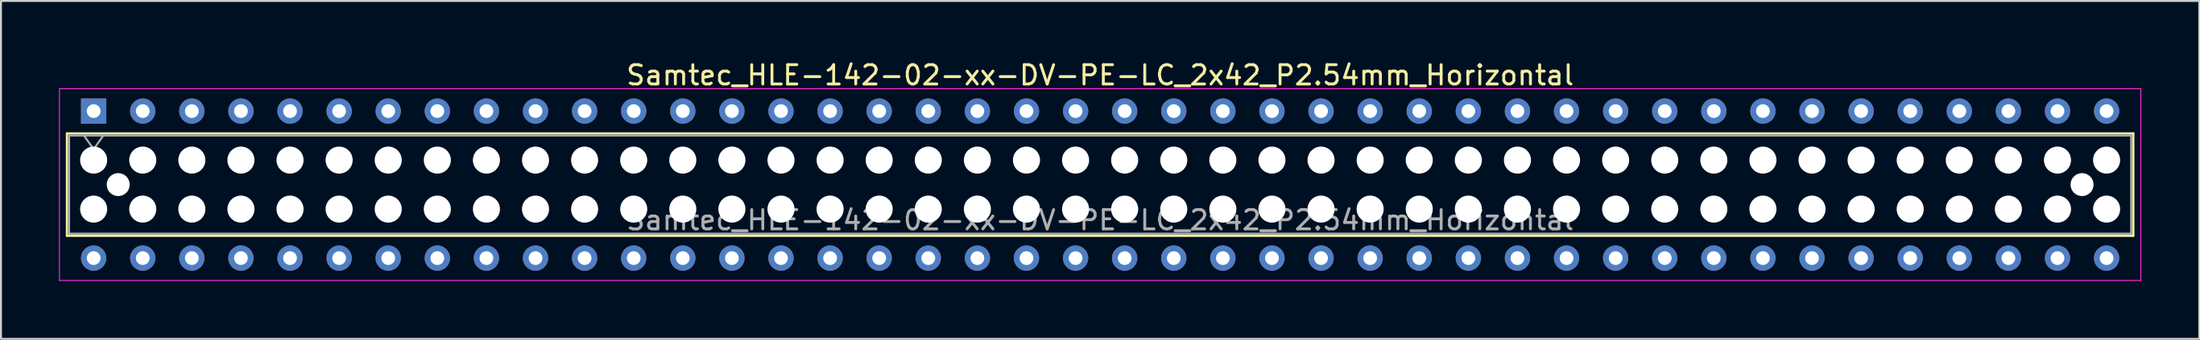
<source format=kicad_pcb>
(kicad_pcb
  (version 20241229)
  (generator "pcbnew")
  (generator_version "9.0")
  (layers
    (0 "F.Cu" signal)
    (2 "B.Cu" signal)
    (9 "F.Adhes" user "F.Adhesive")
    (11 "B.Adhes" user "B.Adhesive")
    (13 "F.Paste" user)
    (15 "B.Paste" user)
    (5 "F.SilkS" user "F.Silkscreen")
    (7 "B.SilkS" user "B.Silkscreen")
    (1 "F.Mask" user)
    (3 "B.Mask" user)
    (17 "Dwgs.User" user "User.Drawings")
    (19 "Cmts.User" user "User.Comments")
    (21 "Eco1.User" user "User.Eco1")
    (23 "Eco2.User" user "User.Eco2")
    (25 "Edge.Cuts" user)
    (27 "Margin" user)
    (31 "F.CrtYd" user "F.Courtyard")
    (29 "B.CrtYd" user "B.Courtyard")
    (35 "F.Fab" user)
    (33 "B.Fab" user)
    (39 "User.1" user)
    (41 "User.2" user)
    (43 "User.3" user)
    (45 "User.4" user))
  (footprint "Samtec_HLE-142-02-xx-DV-PE-LC_2x42_P2.54mm_Horizontal"
    (layer "F.Cu")
    (at 1.795 2.708)
    (property "Reference" "Samtec_HLE-142-02-xx-DV-PE-LC_2x42_P2.54mm_Horizontal" (at 52.07 -1.86 0) (layer "F.SilkS") (effects (font (size 1 1) (thickness 0.15))))
    (attr through_hole)
    (fp_line (start -1.38 1.16) (end 105.52 1.16) (stroke (width 0.12) (type solid)) (layer "F.SilkS"))
    (fp_line (start -1.38 6.46) (end -1.38 1.16) (stroke (width 0.12) (type solid)) (layer "F.SilkS"))
    (fp_line (start 105.52 1.16) (end 105.52 6.46) (stroke (width 0.12) (type solid)) (layer "F.SilkS"))
    (fp_line (start 105.52 6.46) (end -1.38 6.46) (stroke (width 0.12) (type solid)) (layer "F.SilkS"))
    (fp_line (start -1.77 -1.16) (end 105.91 -1.16) (stroke (width 0.05) (type solid)) (layer "F.CrtYd"))
    (fp_line (start -1.77 8.78) (end -1.77 -1.16) (stroke (width 0.05) (type solid)) (layer "F.CrtYd"))
    (fp_line (start 105.91 -1.16) (end 105.91 8.78) (stroke (width 0.05) (type solid)) (layer "F.CrtYd"))
    (fp_line (start 105.91 8.78) (end -1.77 8.78) (stroke (width 0.05) (type solid)) (layer "F.CrtYd"))
    (fp_line (start -1.27 1.27) (end 105.41 1.27) (stroke (width 0.1) (type solid)) (layer "F.Fab"))
    (fp_line (start -1.27 6.35) (end -1.27 1.27) (stroke (width 0.1) (type solid)) (layer "F.Fab"))
    (fp_line (start -0.5 1.27) (end 0 1.977) (stroke (width 0.1) (type solid)) (layer "F.Fab"))
    (fp_line (start 0 1.977) (end 0.5 1.27) (stroke (width 0.1) (type solid)) (layer "F.Fab"))
    (fp_line (start 105.41 1.27) (end 105.41 6.35) (stroke (width 0.1) (type solid)) (layer "F.Fab"))
    (fp_line (start 105.41 6.35) (end -1.27 6.35) (stroke (width 0.1) (type solid)) (layer "F.Fab"))
    (fp_text user "${REFERENCE}" (at 52.07 5.65 0) (layer "F.Fab") (effects (font (size 1 1) (thickness 0.15))))
    (pad "" np_thru_hole circle (at 0 2.54) (size 1.4 1.4) (drill 1.4) (layers "*.Cu" "*.Mask"))
    (pad "" np_thru_hole circle (at 0 5.08) (size 1.4 1.4) (drill 1.4) (layers "*.Cu" "*.Mask"))
    (pad "" np_thru_hole circle (at 1.27 3.81) (size 1.19 1.19) (drill 1.19) (layers "*.Cu" "*.Mask"))
    (pad "" np_thru_hole circle (at 2.54 2.54) (size 1.4 1.4) (drill 1.4) (layers "*.Cu" "*.Mask"))
    (pad "" np_thru_hole circle (at 2.54 5.08) (size 1.4 1.4) (drill 1.4) (layers "*.Cu" "*.Mask"))
    (pad "" np_thru_hole circle (at 5.08 2.54) (size 1.4 1.4) (drill 1.4) (layers "*.Cu" "*.Mask"))
    (pad "" np_thru_hole circle (at 5.08 5.08) (size 1.4 1.4) (drill 1.4) (layers "*.Cu" "*.Mask"))
    (pad "" np_thru_hole circle (at 7.62 2.54) (size 1.4 1.4) (drill 1.4) (layers "*.Cu" "*.Mask"))
    (pad "" np_thru_hole circle (at 7.62 5.08) (size 1.4 1.4) (drill 1.4) (layers "*.Cu" "*.Mask"))
    (pad "" np_thru_hole circle (at 10.16 2.54) (size 1.4 1.4) (drill 1.4) (layers "*.Cu" "*.Mask"))
    (pad "" np_thru_hole circle (at 10.16 5.08) (size 1.4 1.4) (drill 1.4) (layers "*.Cu" "*.Mask"))
    (pad "" np_thru_hole circle (at 12.7 2.54) (size 1.4 1.4) (drill 1.4) (layers "*.Cu" "*.Mask"))
    (pad "" np_thru_hole circle (at 12.7 5.08) (size 1.4 1.4) (drill 1.4) (layers "*.Cu" "*.Mask"))
    (pad "" np_thru_hole circle (at 15.24 2.54) (size 1.4 1.4) (drill 1.4) (layers "*.Cu" "*.Mask"))
    (pad "" np_thru_hole circle (at 15.24 5.08) (size 1.4 1.4) (drill 1.4) (layers "*.Cu" "*.Mask"))
    (pad "" np_thru_hole circle (at 17.78 2.54) (size 1.4 1.4) (drill 1.4) (layers "*.Cu" "*.Mask"))
    (pad "" np_thru_hole circle (at 17.78 5.08) (size 1.4 1.4) (drill 1.4) (layers "*.Cu" "*.Mask"))
    (pad "" np_thru_hole circle (at 20.32 2.54) (size 1.4 1.4) (drill 1.4) (layers "*.Cu" "*.Mask"))
    (pad "" np_thru_hole circle (at 20.32 5.08) (size 1.4 1.4) (drill 1.4) (layers "*.Cu" "*.Mask"))
    (pad "" np_thru_hole circle (at 22.86 2.54) (size 1.4 1.4) (drill 1.4) (layers "*.Cu" "*.Mask"))
    (pad "" np_thru_hole circle (at 22.86 5.08) (size 1.4 1.4) (drill 1.4) (layers "*.Cu" "*.Mask"))
    (pad "" np_thru_hole circle (at 25.4 2.54) (size 1.4 1.4) (drill 1.4) (layers "*.Cu" "*.Mask"))
    (pad "" np_thru_hole circle (at 25.4 5.08) (size 1.4 1.4) (drill 1.4) (layers "*.Cu" "*.Mask"))
    (pad "" np_thru_hole circle (at 27.94 2.54) (size 1.4 1.4) (drill 1.4) (layers "*.Cu" "*.Mask"))
    (pad "" np_thru_hole circle (at 27.94 5.08) (size 1.4 1.4) (drill 1.4) (layers "*.Cu" "*.Mask"))
    (pad "" np_thru_hole circle (at 30.48 2.54) (size 1.4 1.4) (drill 1.4) (layers "*.Cu" "*.Mask"))
    (pad "" np_thru_hole circle (at 30.48 5.08) (size 1.4 1.4) (drill 1.4) (layers "*.Cu" "*.Mask"))
    (pad "" np_thru_hole circle (at 33.02 2.54) (size 1.4 1.4) (drill 1.4) (layers "*.Cu" "*.Mask"))
    (pad "" np_thru_hole circle (at 33.02 5.08) (size 1.4 1.4) (drill 1.4) (layers "*.Cu" "*.Mask"))
    (pad "" np_thru_hole circle (at 35.56 2.54) (size 1.4 1.4) (drill 1.4) (layers "*.Cu" "*.Mask"))
    (pad "" np_thru_hole circle (at 35.56 5.08) (size 1.4 1.4) (drill 1.4) (layers "*.Cu" "*.Mask"))
    (pad "" np_thru_hole circle (at 38.1 2.54) (size 1.4 1.4) (drill 1.4) (layers "*.Cu" "*.Mask"))
    (pad "" np_thru_hole circle (at 38.1 5.08) (size 1.4 1.4) (drill 1.4) (layers "*.Cu" "*.Mask"))
    (pad "" np_thru_hole circle (at 40.64 2.54) (size 1.4 1.4) (drill 1.4) (layers "*.Cu" "*.Mask"))
    (pad "" np_thru_hole circle (at 40.64 5.08) (size 1.4 1.4) (drill 1.4) (layers "*.Cu" "*.Mask"))
    (pad "" np_thru_hole circle (at 43.18 2.54) (size 1.4 1.4) (drill 1.4) (layers "*.Cu" "*.Mask"))
    (pad "" np_thru_hole circle (at 43.18 5.08) (size 1.4 1.4) (drill 1.4) (layers "*.Cu" "*.Mask"))
    (pad "" np_thru_hole circle (at 45.72 2.54) (size 1.4 1.4) (drill 1.4) (layers "*.Cu" "*.Mask"))
    (pad "" np_thru_hole circle (at 45.72 5.08) (size 1.4 1.4) (drill 1.4) (layers "*.Cu" "*.Mask"))
    (pad "" np_thru_hole circle (at 48.26 2.54) (size 1.4 1.4) (drill 1.4) (layers "*.Cu" "*.Mask"))
    (pad "" np_thru_hole circle (at 48.26 5.08) (size 1.4 1.4) (drill 1.4) (layers "*.Cu" "*.Mask"))
    (pad "" np_thru_hole circle (at 50.8 2.54) (size 1.4 1.4) (drill 1.4) (layers "*.Cu" "*.Mask"))
    (pad "" np_thru_hole circle (at 50.8 5.08) (size 1.4 1.4) (drill 1.4) (layers "*.Cu" "*.Mask"))
    (pad "" np_thru_hole circle (at 53.34 2.54) (size 1.4 1.4) (drill 1.4) (layers "*.Cu" "*.Mask"))
    (pad "" np_thru_hole circle (at 53.34 5.08) (size 1.4 1.4) (drill 1.4) (layers "*.Cu" "*.Mask"))
    (pad "" np_thru_hole circle (at 55.88 2.54) (size 1.4 1.4) (drill 1.4) (layers "*.Cu" "*.Mask"))
    (pad "" np_thru_hole circle (at 55.88 5.08) (size 1.4 1.4) (drill 1.4) (layers "*.Cu" "*.Mask"))
    (pad "" np_thru_hole circle (at 58.42 2.54) (size 1.4 1.4) (drill 1.4) (layers "*.Cu" "*.Mask"))
    (pad "" np_thru_hole circle (at 58.42 5.08) (size 1.4 1.4) (drill 1.4) (layers "*.Cu" "*.Mask"))
    (pad "" np_thru_hole circle (at 60.96 2.54) (size 1.4 1.4) (drill 1.4) (layers "*.Cu" "*.Mask"))
    (pad "" np_thru_hole circle (at 60.96 5.08) (size 1.4 1.4) (drill 1.4) (layers "*.Cu" "*.Mask"))
    (pad "" np_thru_hole circle (at 63.5 2.54) (size 1.4 1.4) (drill 1.4) (layers "*.Cu" "*.Mask"))
    (pad "" np_thru_hole circle (at 63.5 5.08) (size 1.4 1.4) (drill 1.4) (layers "*.Cu" "*.Mask"))
    (pad "" np_thru_hole circle (at 66.04 2.54) (size 1.4 1.4) (drill 1.4) (layers "*.Cu" "*.Mask"))
    (pad "" np_thru_hole circle (at 66.04 5.08) (size 1.4 1.4) (drill 1.4) (layers "*.Cu" "*.Mask"))
    (pad "" np_thru_hole circle (at 68.58 2.54) (size 1.4 1.4) (drill 1.4) (layers "*.Cu" "*.Mask"))
    (pad "" np_thru_hole circle (at 68.58 5.08) (size 1.4 1.4) (drill 1.4) (layers "*.Cu" "*.Mask"))
    (pad "" np_thru_hole circle (at 71.12 2.54) (size 1.4 1.4) (drill 1.4) (layers "*.Cu" "*.Mask"))
    (pad "" np_thru_hole circle (at 71.12 5.08) (size 1.4 1.4) (drill 1.4) (layers "*.Cu" "*.Mask"))
    (pad "" np_thru_hole circle (at 73.66 2.54) (size 1.4 1.4) (drill 1.4) (layers "*.Cu" "*.Mask"))
    (pad "" np_thru_hole circle (at 73.66 5.08) (size 1.4 1.4) (drill 1.4) (layers "*.Cu" "*.Mask"))
    (pad "" np_thru_hole circle (at 76.2 2.54) (size 1.4 1.4) (drill 1.4) (layers "*.Cu" "*.Mask"))
    (pad "" np_thru_hole circle (at 76.2 5.08) (size 1.4 1.4) (drill 1.4) (layers "*.Cu" "*.Mask"))
    (pad "" np_thru_hole circle (at 78.74 2.54) (size 1.4 1.4) (drill 1.4) (layers "*.Cu" "*.Mask"))
    (pad "" np_thru_hole circle (at 78.74 5.08) (size 1.4 1.4) (drill 1.4) (layers "*.Cu" "*.Mask"))
    (pad "" np_thru_hole circle (at 81.28 2.54) (size 1.4 1.4) (drill 1.4) (layers "*.Cu" "*.Mask"))
    (pad "" np_thru_hole circle (at 81.28 5.08) (size 1.4 1.4) (drill 1.4) (layers "*.Cu" "*.Mask"))
    (pad "" np_thru_hole circle (at 83.82 2.54) (size 1.4 1.4) (drill 1.4) (layers "*.Cu" "*.Mask"))
    (pad "" np_thru_hole circle (at 83.82 5.08) (size 1.4 1.4) (drill 1.4) (layers "*.Cu" "*.Mask"))
    (pad "" np_thru_hole circle (at 86.36 2.54) (size 1.4 1.4) (drill 1.4) (layers "*.Cu" "*.Mask"))
    (pad "" np_thru_hole circle (at 86.36 5.08) (size 1.4 1.4) (drill 1.4) (layers "*.Cu" "*.Mask"))
    (pad "" np_thru_hole circle (at 88.9 2.54) (size 1.4 1.4) (drill 1.4) (layers "*.Cu" "*.Mask"))
    (pad "" np_thru_hole circle (at 88.9 5.08) (size 1.4 1.4) (drill 1.4) (layers "*.Cu" "*.Mask"))
    (pad "" np_thru_hole circle (at 91.44 2.54) (size 1.4 1.4) (drill 1.4) (layers "*.Cu" "*.Mask"))
    (pad "" np_thru_hole circle (at 91.44 5.08) (size 1.4 1.4) (drill 1.4) (layers "*.Cu" "*.Mask"))
    (pad "" np_thru_hole circle (at 93.98 2.54) (size 1.4 1.4) (drill 1.4) (layers "*.Cu" "*.Mask"))
    (pad "" np_thru_hole circle (at 93.98 5.08) (size 1.4 1.4) (drill 1.4) (layers "*.Cu" "*.Mask"))
    (pad "" np_thru_hole circle (at 96.52 2.54) (size 1.4 1.4) (drill 1.4) (layers "*.Cu" "*.Mask"))
    (pad "" np_thru_hole circle (at 96.52 5.08) (size 1.4 1.4) (drill 1.4) (layers "*.Cu" "*.Mask"))
    (pad "" np_thru_hole circle (at 99.06 2.54) (size 1.4 1.4) (drill 1.4) (layers "*.Cu" "*.Mask"))
    (pad "" np_thru_hole circle (at 99.06 5.08) (size 1.4 1.4) (drill 1.4) (layers "*.Cu" "*.Mask"))
    (pad "" np_thru_hole circle (at 101.6 2.54) (size 1.4 1.4) (drill 1.4) (layers "*.Cu" "*.Mask"))
    (pad "" np_thru_hole circle (at 101.6 5.08) (size 1.4 1.4) (drill 1.4) (layers "*.Cu" "*.Mask"))
    (pad "" np_thru_hole circle (at 102.87 3.81) (size 1.19 1.19) (drill 1.19) (layers "*.Cu" "*.Mask"))
    (pad "" np_thru_hole circle (at 104.14 2.54) (size 1.4 1.4) (drill 1.4) (layers "*.Cu" "*.Mask"))
    (pad "" np_thru_hole circle (at 104.14 5.08) (size 1.4 1.4) (drill 1.4) (layers "*.Cu" "*.Mask"))
    (pad "1" thru_hole rect (at 0 0) (size 1.31 1.31) (drill 0.71) (layers "*.Cu" "*.Mask"))
    (pad "2" thru_hole circle (at 0 7.62) (size 1.31 1.31) (drill 0.71) (layers "*.Cu" "*.Mask"))
    (pad "3" thru_hole circle (at 2.54 0) (size 1.31 1.31) (drill 0.71) (layers "*.Cu" "*.Mask"))
    (pad "4" thru_hole circle (at 2.54 7.62) (size 1.31 1.31) (drill 0.71) (layers "*.Cu" "*.Mask"))
    (pad "5" thru_hole circle (at 5.08 0) (size 1.31 1.31) (drill 0.71) (layers "*.Cu" "*.Mask"))
    (pad "6" thru_hole circle (at 5.08 7.62) (size 1.31 1.31) (drill 0.71) (layers "*.Cu" "*.Mask"))
    (pad "7" thru_hole circle (at 7.62 0) (size 1.31 1.31) (drill 0.71) (layers "*.Cu" "*.Mask"))
    (pad "8" thru_hole circle (at 7.62 7.62) (size 1.31 1.31) (drill 0.71) (layers "*.Cu" "*.Mask"))
    (pad "9" thru_hole circle (at 10.16 0) (size 1.31 1.31) (drill 0.71) (layers "*.Cu" "*.Mask"))
    (pad "10" thru_hole circle (at 10.16 7.62) (size 1.31 1.31) (drill 0.71) (layers "*.Cu" "*.Mask"))
    (pad "11" thru_hole circle (at 12.7 0) (size 1.31 1.31) (drill 0.71) (layers "*.Cu" "*.Mask"))
    (pad "12" thru_hole circle (at 12.7 7.62) (size 1.31 1.31) (drill 0.71) (layers "*.Cu" "*.Mask"))
    (pad "13" thru_hole circle (at 15.24 0) (size 1.31 1.31) (drill 0.71) (layers "*.Cu" "*.Mask"))
    (pad "14" thru_hole circle (at 15.24 7.62) (size 1.31 1.31) (drill 0.71) (layers "*.Cu" "*.Mask"))
    (pad "15" thru_hole circle (at 17.78 0) (size 1.31 1.31) (drill 0.71) (layers "*.Cu" "*.Mask"))
    (pad "16" thru_hole circle (at 17.78 7.62) (size 1.31 1.31) (drill 0.71) (layers "*.Cu" "*.Mask"))
    (pad "17" thru_hole circle (at 20.32 0) (size 1.31 1.31) (drill 0.71) (layers "*.Cu" "*.Mask"))
    (pad "18" thru_hole circle (at 20.32 7.62) (size 1.31 1.31) (drill 0.71) (layers "*.Cu" "*.Mask"))
    (pad "19" thru_hole circle (at 22.86 0) (size 1.31 1.31) (drill 0.71) (layers "*.Cu" "*.Mask"))
    (pad "20" thru_hole circle (at 22.86 7.62) (size 1.31 1.31) (drill 0.71) (layers "*.Cu" "*.Mask"))
    (pad "21" thru_hole circle (at 25.4 0) (size 1.31 1.31) (drill 0.71) (layers "*.Cu" "*.Mask"))
    (pad "22" thru_hole circle (at 25.4 7.62) (size 1.31 1.31) (drill 0.71) (layers "*.Cu" "*.Mask"))
    (pad "23" thru_hole circle (at 27.94 0) (size 1.31 1.31) (drill 0.71) (layers "*.Cu" "*.Mask"))
    (pad "24" thru_hole circle (at 27.94 7.62) (size 1.31 1.31) (drill 0.71) (layers "*.Cu" "*.Mask"))
    (pad "25" thru_hole circle (at 30.48 0) (size 1.31 1.31) (drill 0.71) (layers "*.Cu" "*.Mask"))
    (pad "26" thru_hole circle (at 30.48 7.62) (size 1.31 1.31) (drill 0.71) (layers "*.Cu" "*.Mask"))
    (pad "27" thru_hole circle (at 33.02 0) (size 1.31 1.31) (drill 0.71) (layers "*.Cu" "*.Mask"))
    (pad "28" thru_hole circle (at 33.02 7.62) (size 1.31 1.31) (drill 0.71) (layers "*.Cu" "*.Mask"))
    (pad "29" thru_hole circle (at 35.56 0) (size 1.31 1.31) (drill 0.71) (layers "*.Cu" "*.Mask"))
    (pad "30" thru_hole circle (at 35.56 7.62) (size 1.31 1.31) (drill 0.71) (layers "*.Cu" "*.Mask"))
    (pad "31" thru_hole circle (at 38.1 0) (size 1.31 1.31) (drill 0.71) (layers "*.Cu" "*.Mask"))
    (pad "32" thru_hole circle (at 38.1 7.62) (size 1.31 1.31) (drill 0.71) (layers "*.Cu" "*.Mask"))
    (pad "33" thru_hole circle (at 40.64 0) (size 1.31 1.31) (drill 0.71) (layers "*.Cu" "*.Mask"))
    (pad "34" thru_hole circle (at 40.64 7.62) (size 1.31 1.31) (drill 0.71) (layers "*.Cu" "*.Mask"))
    (pad "35" thru_hole circle (at 43.18 0) (size 1.31 1.31) (drill 0.71) (layers "*.Cu" "*.Mask"))
    (pad "36" thru_hole circle (at 43.18 7.62) (size 1.31 1.31) (drill 0.71) (layers "*.Cu" "*.Mask"))
    (pad "37" thru_hole circle (at 45.72 0) (size 1.31 1.31) (drill 0.71) (layers "*.Cu" "*.Mask"))
    (pad "38" thru_hole circle (at 45.72 7.62) (size 1.31 1.31) (drill 0.71) (layers "*.Cu" "*.Mask"))
    (pad "39" thru_hole circle (at 48.26 0) (size 1.31 1.31) (drill 0.71) (layers "*.Cu" "*.Mask"))
    (pad "40" thru_hole circle (at 48.26 7.62) (size 1.31 1.31) (drill 0.71) (layers "*.Cu" "*.Mask"))
    (pad "41" thru_hole circle (at 50.8 0) (size 1.31 1.31) (drill 0.71) (layers "*.Cu" "*.Mask"))
    (pad "42" thru_hole circle (at 50.8 7.62) (size 1.31 1.31) (drill 0.71) (layers "*.Cu" "*.Mask"))
    (pad "43" thru_hole circle (at 53.34 0) (size 1.31 1.31) (drill 0.71) (layers "*.Cu" "*.Mask"))
    (pad "44" thru_hole circle (at 53.34 7.62) (size 1.31 1.31) (drill 0.71) (layers "*.Cu" "*.Mask"))
    (pad "45" thru_hole circle (at 55.88 0) (size 1.31 1.31) (drill 0.71) (layers "*.Cu" "*.Mask"))
    (pad "46" thru_hole circle (at 55.88 7.62) (size 1.31 1.31) (drill 0.71) (layers "*.Cu" "*.Mask"))
    (pad "47" thru_hole circle (at 58.42 0) (size 1.31 1.31) (drill 0.71) (layers "*.Cu" "*.Mask"))
    (pad "48" thru_hole circle (at 58.42 7.62) (size 1.31 1.31) (drill 0.71) (layers "*.Cu" "*.Mask"))
    (pad "49" thru_hole circle (at 60.96 0) (size 1.31 1.31) (drill 0.71) (layers "*.Cu" "*.Mask"))
    (pad "50" thru_hole circle (at 60.96 7.62) (size 1.31 1.31) (drill 0.71) (layers "*.Cu" "*.Mask"))
    (pad "51" thru_hole circle (at 63.5 0) (size 1.31 1.31) (drill 0.71) (layers "*.Cu" "*.Mask"))
    (pad "52" thru_hole circle (at 63.5 7.62) (size 1.31 1.31) (drill 0.71) (layers "*.Cu" "*.Mask"))
    (pad "53" thru_hole circle (at 66.04 0) (size 1.31 1.31) (drill 0.71) (layers "*.Cu" "*.Mask"))
    (pad "54" thru_hole circle (at 66.04 7.62) (size 1.31 1.31) (drill 0.71) (layers "*.Cu" "*.Mask"))
    (pad "55" thru_hole circle (at 68.58 0) (size 1.31 1.31) (drill 0.71) (layers "*.Cu" "*.Mask"))
    (pad "56" thru_hole circle (at 68.58 7.62) (size 1.31 1.31) (drill 0.71) (layers "*.Cu" "*.Mask"))
    (pad "57" thru_hole circle (at 71.12 0) (size 1.31 1.31) (drill 0.71) (layers "*.Cu" "*.Mask"))
    (pad "58" thru_hole circle (at 71.12 7.62) (size 1.31 1.31) (drill 0.71) (layers "*.Cu" "*.Mask"))
    (pad "59" thru_hole circle (at 73.66 0) (size 1.31 1.31) (drill 0.71) (layers "*.Cu" "*.Mask"))
    (pad "60" thru_hole circle (at 73.66 7.62) (size 1.31 1.31) (drill 0.71) (layers "*.Cu" "*.Mask"))
    (pad "61" thru_hole circle (at 76.2 0) (size 1.31 1.31) (drill 0.71) (layers "*.Cu" "*.Mask"))
    (pad "62" thru_hole circle (at 76.2 7.62) (size 1.31 1.31) (drill 0.71) (layers "*.Cu" "*.Mask"))
    (pad "63" thru_hole circle (at 78.74 0) (size 1.31 1.31) (drill 0.71) (layers "*.Cu" "*.Mask"))
    (pad "64" thru_hole circle (at 78.74 7.62) (size 1.31 1.31) (drill 0.71) (layers "*.Cu" "*.Mask"))
    (pad "65" thru_hole circle (at 81.28 0) (size 1.31 1.31) (drill 0.71) (layers "*.Cu" "*.Mask"))
    (pad "66" thru_hole circle (at 81.28 7.62) (size 1.31 1.31) (drill 0.71) (layers "*.Cu" "*.Mask"))
    (pad "67" thru_hole circle (at 83.82 0) (size 1.31 1.31) (drill 0.71) (layers "*.Cu" "*.Mask"))
    (pad "68" thru_hole circle (at 83.82 7.62) (size 1.31 1.31) (drill 0.71) (layers "*.Cu" "*.Mask"))
    (pad "69" thru_hole circle (at 86.36 0) (size 1.31 1.31) (drill 0.71) (layers "*.Cu" "*.Mask"))
    (pad "70" thru_hole circle (at 86.36 7.62) (size 1.31 1.31) (drill 0.71) (layers "*.Cu" "*.Mask"))
    (pad "71" thru_hole circle (at 88.9 0) (size 1.31 1.31) (drill 0.71) (layers "*.Cu" "*.Mask"))
    (pad "72" thru_hole circle (at 88.9 7.62) (size 1.31 1.31) (drill 0.71) (layers "*.Cu" "*.Mask"))
    (pad "73" thru_hole circle (at 91.44 0) (size 1.31 1.31) (drill 0.71) (layers "*.Cu" "*.Mask"))
    (pad "74" thru_hole circle (at 91.44 7.62) (size 1.31 1.31) (drill 0.71) (layers "*.Cu" "*.Mask"))
    (pad "75" thru_hole circle (at 93.98 0) (size 1.31 1.31) (drill 0.71) (layers "*.Cu" "*.Mask"))
    (pad "76" thru_hole circle (at 93.98 7.62) (size 1.31 1.31) (drill 0.71) (layers "*.Cu" "*.Mask"))
    (pad "77" thru_hole circle (at 96.52 0) (size 1.31 1.31) (drill 0.71) (layers "*.Cu" "*.Mask"))
    (pad "78" thru_hole circle (at 96.52 7.62) (size 1.31 1.31) (drill 0.71) (layers "*.Cu" "*.Mask"))
    (pad "79" thru_hole circle (at 99.06 0) (size 1.31 1.31) (drill 0.71) (layers "*.Cu" "*.Mask"))
    (pad "80" thru_hole circle (at 99.06 7.62) (size 1.31 1.31) (drill 0.71) (layers "*.Cu" "*.Mask"))
    (pad "81" thru_hole circle (at 101.6 0) (size 1.31 1.31) (drill 0.71) (layers "*.Cu" "*.Mask"))
    (pad "82" thru_hole circle (at 101.6 7.62) (size 1.31 1.31) (drill 0.71) (layers "*.Cu" "*.Mask"))
    (pad "83" thru_hole circle (at 104.14 0) (size 1.31 1.31) (drill 0.71) (layers "*.Cu" "*.Mask"))
    (pad "84" thru_hole circle (at 104.14 7.62) (size 1.31 1.31) (drill 0.71) (layers "*.Cu" "*.Mask")))
  (gr_rect
    (start -3 -3)
    (end 110.73 14.513)
    (stroke (width 0.1) (type default))
    (fill no)
    (layer "Edge.Cuts")))
</source>
